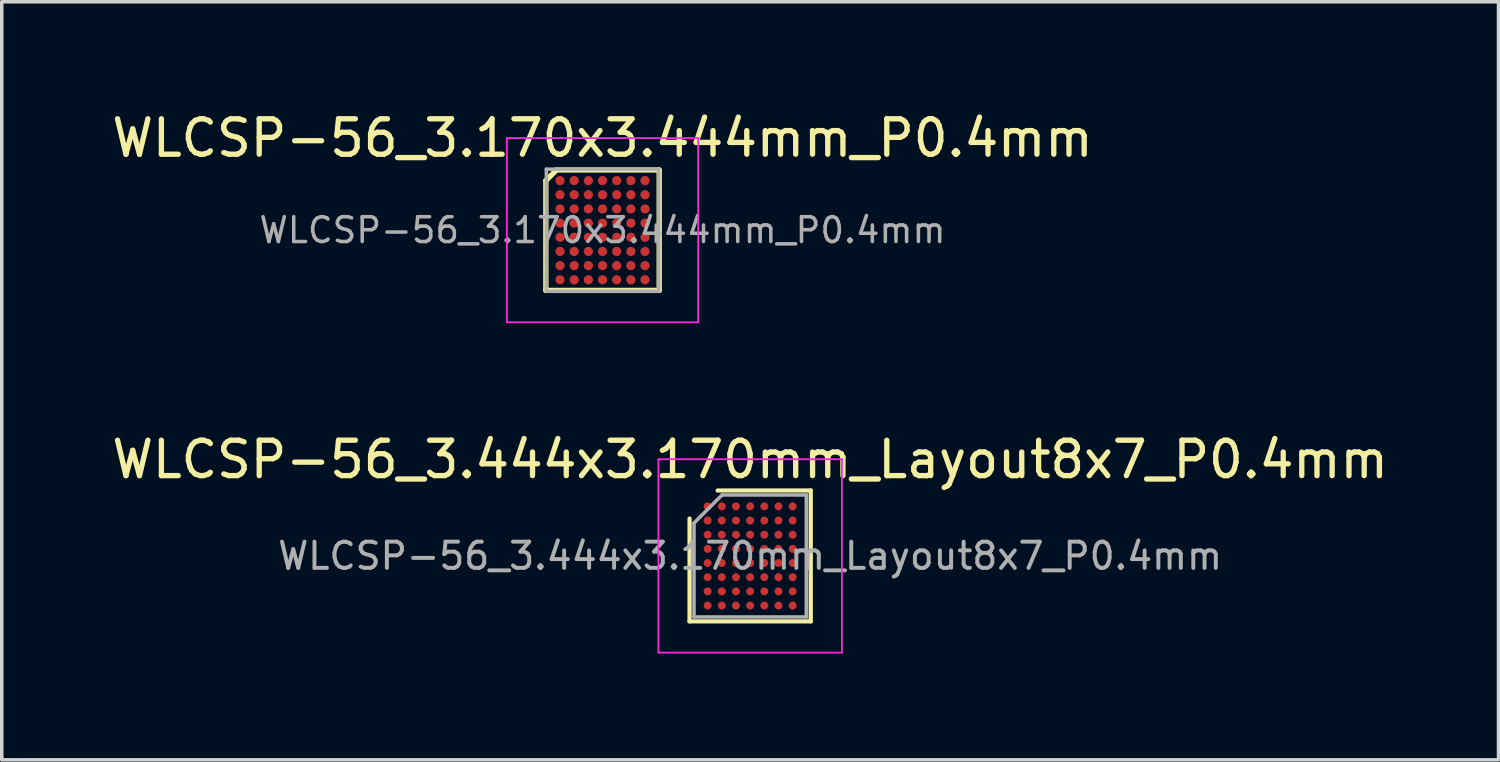
<source format=kicad_pcb>
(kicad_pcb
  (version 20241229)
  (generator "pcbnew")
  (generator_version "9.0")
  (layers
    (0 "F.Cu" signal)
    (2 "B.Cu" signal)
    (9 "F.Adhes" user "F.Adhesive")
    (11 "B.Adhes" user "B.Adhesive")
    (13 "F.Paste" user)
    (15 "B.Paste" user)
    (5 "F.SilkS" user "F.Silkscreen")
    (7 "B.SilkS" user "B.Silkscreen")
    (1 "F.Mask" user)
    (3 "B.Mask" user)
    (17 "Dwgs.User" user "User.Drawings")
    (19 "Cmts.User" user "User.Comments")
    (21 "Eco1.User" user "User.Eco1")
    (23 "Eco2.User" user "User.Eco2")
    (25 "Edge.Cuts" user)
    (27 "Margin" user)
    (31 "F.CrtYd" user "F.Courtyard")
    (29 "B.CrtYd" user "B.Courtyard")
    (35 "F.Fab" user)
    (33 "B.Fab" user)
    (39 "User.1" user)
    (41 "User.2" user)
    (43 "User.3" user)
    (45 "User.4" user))
  (footprint "WLCSP-56_3.170x3.444mm_P0.4mm"
    (layer "F.Cu")
    (at 13.958 3.448)
    (property "Reference" "WLCSP-56_3.170x3.444mm_P0.4mm" (at 0 -2.6 0) (layer "F.SilkS") (effects (font (size 1 1) (thickness 0.15))))
    (attr smd)
    (fp_line (start -1.6 -1.4) (end -1.6 1.7) (stroke (width 0.15) (type solid)) (layer "F.SilkS"))
    (fp_line (start -1.6 1.7) (end 1.6 1.7) (stroke (width 0.15) (type solid)) (layer "F.SilkS"))
    (fp_line (start -1.3 -1.7) (end -1.6 -1.4) (stroke (width 0.15) (type solid)) (layer "F.SilkS"))
    (fp_line (start -1.3 -1.7) (end 1.6 -1.7) (stroke (width 0.15) (type solid)) (layer "F.SilkS"))
    (fp_line (start 1.6 -1.7) (end 1.6 1.7) (stroke (width 0.15) (type solid)) (layer "F.SilkS"))
    (fp_line (start -2.7 -2.6) (end 2.7 -2.6) (stroke (width 0.05) (type solid)) (layer "F.CrtYd"))
    (fp_line (start -2.7 2.6) (end -2.7 -2.6) (stroke (width 0.05) (type solid)) (layer "F.CrtYd"))
    (fp_line (start 2.7 -2.6) (end 2.7 2.6) (stroke (width 0.05) (type solid)) (layer "F.CrtYd"))
    (fp_line (start 2.7 2.6) (end -2.7 2.6) (stroke (width 0.05) (type solid)) (layer "F.CrtYd"))
    (fp_line (start -1.585 -1.722) (end -1.585 1.722) (stroke (width 0.1) (type solid)) (layer "F.Fab"))
    (fp_line (start -1.585 1.722) (end 1.585 1.722) (stroke (width 0.1) (type solid)) (layer "F.Fab"))
    (fp_line (start 1.585 -1.722) (end -1.585 -1.722) (stroke (width 0.1) (type solid)) (layer "F.Fab"))
    (fp_line (start 1.585 -1.722) (end 1.585 1.722) (stroke (width 0.1) (type solid)) (layer "F.Fab"))
    (fp_text user "${REFERENCE}" (at 0 0 180) (layer "F.Fab") (effects (font (size 0.7 0.7) (thickness 0.1))))
    (pad "A1" smd circle (at -1.2 -1.4) (size 0.26 0.26) (layers "F.Cu" "F.Mask" "F.Paste"))
    (pad "A2" smd circle (at -0.8 -1.4) (size 0.26 0.26) (layers "F.Cu" "F.Mask" "F.Paste"))
    (pad "A3" smd circle (at -0.4 -1.4) (size 0.26 0.26) (layers "F.Cu" "F.Mask" "F.Paste"))
    (pad "A4" smd circle (at 0 -1.4) (size 0.26 0.26) (layers "F.Cu" "F.Mask" "F.Paste"))
    (pad "A5" smd circle (at 0.4 -1.4) (size 0.26 0.26) (layers "F.Cu" "F.Mask" "F.Paste"))
    (pad "A6" smd circle (at 0.8 -1.4) (size 0.26 0.26) (layers "F.Cu" "F.Mask" "F.Paste"))
    (pad "A7" smd circle (at 1.2 -1.4) (size 0.26 0.26) (layers "F.Cu" "F.Mask" "F.Paste"))
    (pad "B1" smd circle (at -1.2 -1) (size 0.26 0.26) (layers "F.Cu" "F.Mask" "F.Paste"))
    (pad "B2" smd circle (at -0.8 -1) (size 0.26 0.26) (layers "F.Cu" "F.Mask" "F.Paste"))
    (pad "B3" smd circle (at -0.4 -1) (size 0.26 0.26) (layers "F.Cu" "F.Mask" "F.Paste"))
    (pad "B4" smd circle (at 0 -1) (size 0.26 0.26) (layers "F.Cu" "F.Mask" "F.Paste"))
    (pad "B5" smd circle (at 0.4 -1) (size 0.26 0.26) (layers "F.Cu" "F.Mask" "F.Paste"))
    (pad "B6" smd circle (at 0.8 -1) (size 0.26 0.26) (layers "F.Cu" "F.Mask" "F.Paste"))
    (pad "B7" smd circle (at 1.2 -1) (size 0.26 0.26) (layers "F.Cu" "F.Mask" "F.Paste"))
    (pad "C1" smd circle (at -1.2 -0.6) (size 0.26 0.26) (layers "F.Cu" "F.Mask" "F.Paste"))
    (pad "C2" smd circle (at -0.8 -0.6) (size 0.26 0.26) (layers "F.Cu" "F.Mask" "F.Paste"))
    (pad "C3" smd circle (at -0.4 -0.6) (size 0.26 0.26) (layers "F.Cu" "F.Mask" "F.Paste"))
    (pad "C4" smd circle (at 0 -0.6) (size 0.26 0.26) (layers "F.Cu" "F.Mask" "F.Paste"))
    (pad "C5" smd circle (at 0.4 -0.6) (size 0.26 0.26) (layers "F.Cu" "F.Mask" "F.Paste"))
    (pad "C6" smd circle (at 0.8 -0.6) (size 0.26 0.26) (layers "F.Cu" "F.Mask" "F.Paste"))
    (pad "C7" smd circle (at 1.2 -0.6) (size 0.26 0.26) (layers "F.Cu" "F.Mask" "F.Paste"))
    (pad "D1" smd circle (at -1.2 -0.2) (size 0.26 0.26) (layers "F.Cu" "F.Mask" "F.Paste"))
    (pad "D2" smd circle (at -0.8 -0.2) (size 0.26 0.26) (layers "F.Cu" "F.Mask" "F.Paste"))
    (pad "D3" smd circle (at -0.4 -0.2) (size 0.26 0.26) (layers "F.Cu" "F.Mask" "F.Paste"))
    (pad "D4" smd circle (at 0 -0.2) (size 0.26 0.26) (layers "F.Cu" "F.Mask" "F.Paste"))
    (pad "D5" smd circle (at 0.4 -0.2) (size 0.26 0.26) (layers "F.Cu" "F.Mask" "F.Paste"))
    (pad "D6" smd circle (at 0.8 -0.2) (size 0.26 0.26) (layers "F.Cu" "F.Mask" "F.Paste"))
    (pad "D7" smd circle (at 1.2 -0.2) (size 0.26 0.26) (layers "F.Cu" "F.Mask" "F.Paste"))
    (pad "E1" smd circle (at -1.2 0.2) (size 0.26 0.26) (layers "F.Cu" "F.Mask" "F.Paste"))
    (pad "E2" smd circle (at -0.8 0.2) (size 0.26 0.26) (layers "F.Cu" "F.Mask" "F.Paste"))
    (pad "E3" smd circle (at -0.4 0.2) (size 0.26 0.26) (layers "F.Cu" "F.Mask" "F.Paste"))
    (pad "E4" smd circle (at 0 0.2) (size 0.26 0.26) (layers "F.Cu" "F.Mask" "F.Paste"))
    (pad "E5" smd circle (at 0.4 0.2) (size 0.26 0.26) (layers "F.Cu" "F.Mask" "F.Paste"))
    (pad "E6" smd circle (at 0.8 0.2) (size 0.26 0.26) (layers "F.Cu" "F.Mask" "F.Paste"))
    (pad "E7" smd circle (at 1.2 0.2) (size 0.26 0.26) (layers "F.Cu" "F.Mask" "F.Paste"))
    (pad "F1" smd circle (at -1.2 0.6) (size 0.26 0.26) (layers "F.Cu" "F.Mask" "F.Paste"))
    (pad "F2" smd circle (at -0.8 0.6) (size 0.26 0.26) (layers "F.Cu" "F.Mask" "F.Paste"))
    (pad "F3" smd circle (at -0.4 0.6) (size 0.26 0.26) (layers "F.Cu" "F.Mask" "F.Paste"))
    (pad "F4" smd circle (at 0 0.6) (size 0.26 0.26) (layers "F.Cu" "F.Mask" "F.Paste"))
    (pad "F5" smd circle (at 0.4 0.6) (size 0.26 0.26) (layers "F.Cu" "F.Mask" "F.Paste"))
    (pad "F6" smd circle (at 0.8 0.6) (size 0.26 0.26) (layers "F.Cu" "F.Mask" "F.Paste"))
    (pad "F7" smd circle (at 1.2 0.6) (size 0.26 0.26) (layers "F.Cu" "F.Mask" "F.Paste"))
    (pad "G1" smd circle (at -1.2 1) (size 0.26 0.26) (layers "F.Cu" "F.Mask" "F.Paste"))
    (pad "G2" smd circle (at -0.8 1) (size 0.26 0.26) (layers "F.Cu" "F.Mask" "F.Paste"))
    (pad "G3" smd circle (at -0.4 1) (size 0.26 0.26) (layers "F.Cu" "F.Mask" "F.Paste"))
    (pad "G4" smd circle (at 0 1) (size 0.26 0.26) (layers "F.Cu" "F.Mask" "F.Paste"))
    (pad "G5" smd circle (at 0.4 1) (size 0.26 0.26) (layers "F.Cu" "F.Mask" "F.Paste"))
    (pad "G6" smd circle (at 0.8 1) (size 0.26 0.26) (layers "F.Cu" "F.Mask" "F.Paste"))
    (pad "G7" smd circle (at 1.2 1) (size 0.26 0.26) (layers "F.Cu" "F.Mask" "F.Paste"))
    (pad "H1" smd circle (at -1.2 1.4) (size 0.26 0.26) (layers "F.Cu" "F.Mask" "F.Paste"))
    (pad "H2" smd circle (at -0.8 1.4) (size 0.26 0.26) (layers "F.Cu" "F.Mask" "F.Paste"))
    (pad "H3" smd circle (at -0.4 1.4) (size 0.26 0.26) (layers "F.Cu" "F.Mask" "F.Paste"))
    (pad "H4" smd circle (at 0 1.4) (size 0.26 0.26) (layers "F.Cu" "F.Mask" "F.Paste"))
    (pad "H5" smd circle (at 0.4 1.4) (size 0.26 0.26) (layers "F.Cu" "F.Mask" "F.Paste"))
    (pad "H6" smd circle (at 0.8 1.4) (size 0.26 0.26) (layers "F.Cu" "F.Mask" "F.Paste"))
    (pad "H7" smd circle (at 1.2 1.4) (size 0.26 0.26) (layers "F.Cu" "F.Mask" "F.Paste")))
  (footprint "WLCSP-56_3.444x3.170mm_Layout8x7_P0.4mm"
    (layer "F.Cu")
    (at 18.125 12.643)
    (property "Reference" "WLCSP-56_3.444x3.170mm_Layout8x7_P0.4mm" (at 0 -2.722 0) (layer "F.SilkS") (effects (font (size 1 1) (thickness 0.15))))
    (attr smd)
    (fp_line (start -1.71 1.847) (end -1.71 -1.054) (stroke (width 0.12) (type solid)) (layer "F.SilkS"))
    (fp_line (start -0.917 -1.847) (end 1.71 -1.847) (stroke (width 0.12) (type solid)) (layer "F.SilkS"))
    (fp_line (start 1.71 -1.847) (end 1.71 1.847) (stroke (width 0.12) (type solid)) (layer "F.SilkS"))
    (fp_line (start 1.71 1.847) (end -1.71 1.847) (stroke (width 0.12) (type solid)) (layer "F.SilkS"))
    (fp_line (start -2.59 -2.73) (end -2.59 2.73) (stroke (width 0.05) (type solid)) (layer "F.CrtYd"))
    (fp_line (start -2.59 2.73) (end 2.59 2.73) (stroke (width 0.05) (type solid)) (layer "F.CrtYd"))
    (fp_line (start 2.59 -2.73) (end -2.59 -2.73) (stroke (width 0.05) (type solid)) (layer "F.CrtYd"))
    (fp_line (start 2.59 2.73) (end 2.59 -2.73) (stroke (width 0.05) (type solid)) (layer "F.CrtYd"))
    (fp_line (start -1.585 -0.929) (end -0.792 -1.722) (stroke (width 0.1) (type solid)) (layer "F.Fab"))
    (fp_line (start -1.585 1.722) (end -1.585 -0.929) (stroke (width 0.1) (type solid)) (layer "F.Fab"))
    (fp_line (start -0.792 -1.722) (end 1.585 -1.722) (stroke (width 0.1) (type solid)) (layer "F.Fab"))
    (fp_line (start 1.585 -1.722) (end 1.585 1.722) (stroke (width 0.1) (type solid)) (layer "F.Fab"))
    (fp_line (start 1.585 1.722) (end -1.585 1.722) (stroke (width 0.1) (type solid)) (layer "F.Fab"))
    (fp_text user "${REFERENCE}" (at 0 0 0) (layer "F.Fab") (effects (font (size 0.74 0.74) (thickness 0.111))))
    (pad "A1" smd circle (at -1.2 -1.4) (size 0.225 0.225) (layers "F.Cu" "F.Mask" "F.Paste"))
    (pad "A2" smd circle (at -0.8 -1.4) (size 0.225 0.225) (layers "F.Cu" "F.Mask" "F.Paste"))
    (pad "A3" smd circle (at -0.4 -1.4) (size 0.225 0.225) (layers "F.Cu" "F.Mask" "F.Paste"))
    (pad "A4" smd circle (at 0 -1.4) (size 0.225 0.225) (layers "F.Cu" "F.Mask" "F.Paste"))
    (pad "A5" smd circle (at 0.4 -1.4) (size 0.225 0.225) (layers "F.Cu" "F.Mask" "F.Paste"))
    (pad "A6" smd circle (at 0.8 -1.4) (size 0.225 0.225) (layers "F.Cu" "F.Mask" "F.Paste"))
    (pad "A7" smd circle (at 1.2 -1.4) (size 0.225 0.225) (layers "F.Cu" "F.Mask" "F.Paste"))
    (pad "B1" smd circle (at -1.2 -1) (size 0.225 0.225) (layers "F.Cu" "F.Mask" "F.Paste"))
    (pad "B2" smd circle (at -0.8 -1) (size 0.225 0.225) (layers "F.Cu" "F.Mask" "F.Paste"))
    (pad "B3" smd circle (at -0.4 -1) (size 0.225 0.225) (layers "F.Cu" "F.Mask" "F.Paste"))
    (pad "B4" smd circle (at 0 -1) (size 0.225 0.225) (layers "F.Cu" "F.Mask" "F.Paste"))
    (pad "B5" smd circle (at 0.4 -1) (size 0.225 0.225) (layers "F.Cu" "F.Mask" "F.Paste"))
    (pad "B6" smd circle (at 0.8 -1) (size 0.225 0.225) (layers "F.Cu" "F.Mask" "F.Paste"))
    (pad "B7" smd circle (at 1.2 -1) (size 0.225 0.225) (layers "F.Cu" "F.Mask" "F.Paste"))
    (pad "C1" smd circle (at -1.2 -0.6) (size 0.225 0.225) (layers "F.Cu" "F.Mask" "F.Paste"))
    (pad "C2" smd circle (at -0.8 -0.6) (size 0.225 0.225) (layers "F.Cu" "F.Mask" "F.Paste"))
    (pad "C3" smd circle (at -0.4 -0.6) (size 0.225 0.225) (layers "F.Cu" "F.Mask" "F.Paste"))
    (pad "C4" smd circle (at 0 -0.6) (size 0.225 0.225) (layers "F.Cu" "F.Mask" "F.Paste"))
    (pad "C5" smd circle (at 0.4 -0.6) (size 0.225 0.225) (layers "F.Cu" "F.Mask" "F.Paste"))
    (pad "C6" smd circle (at 0.8 -0.6) (size 0.225 0.225) (layers "F.Cu" "F.Mask" "F.Paste"))
    (pad "C7" smd circle (at 1.2 -0.6) (size 0.225 0.225) (layers "F.Cu" "F.Mask" "F.Paste"))
    (pad "D1" smd circle (at -1.2 -0.2) (size 0.225 0.225) (layers "F.Cu" "F.Mask" "F.Paste"))
    (pad "D2" smd circle (at -0.8 -0.2) (size 0.225 0.225) (layers "F.Cu" "F.Mask" "F.Paste"))
    (pad "D3" smd circle (at -0.4 -0.2) (size 0.225 0.225) (layers "F.Cu" "F.Mask" "F.Paste"))
    (pad "D4" smd circle (at 0 -0.2) (size 0.225 0.225) (layers "F.Cu" "F.Mask" "F.Paste"))
    (pad "D5" smd circle (at 0.4 -0.2) (size 0.225 0.225) (layers "F.Cu" "F.Mask" "F.Paste"))
    (pad "D6" smd circle (at 0.8 -0.2) (size 0.225 0.225) (layers "F.Cu" "F.Mask" "F.Paste"))
    (pad "D7" smd circle (at 1.2 -0.2) (size 0.225 0.225) (layers "F.Cu" "F.Mask" "F.Paste"))
    (pad "E1" smd circle (at -1.2 0.2) (size 0.225 0.225) (layers "F.Cu" "F.Mask" "F.Paste"))
    (pad "E2" smd circle (at -0.8 0.2) (size 0.225 0.225) (layers "F.Cu" "F.Mask" "F.Paste"))
    (pad "E3" smd circle (at -0.4 0.2) (size 0.225 0.225) (layers "F.Cu" "F.Mask" "F.Paste"))
    (pad "E4" smd circle (at 0 0.2) (size 0.225 0.225) (layers "F.Cu" "F.Mask" "F.Paste"))
    (pad "E5" smd circle (at 0.4 0.2) (size 0.225 0.225) (layers "F.Cu" "F.Mask" "F.Paste"))
    (pad "E6" smd circle (at 0.8 0.2) (size 0.225 0.225) (layers "F.Cu" "F.Mask" "F.Paste"))
    (pad "E7" smd circle (at 1.2 0.2) (size 0.225 0.225) (layers "F.Cu" "F.Mask" "F.Paste"))
    (pad "F1" smd circle (at -1.2 0.6) (size 0.225 0.225) (layers "F.Cu" "F.Mask" "F.Paste"))
    (pad "F2" smd circle (at -0.8 0.6) (size 0.225 0.225) (layers "F.Cu" "F.Mask" "F.Paste"))
    (pad "F3" smd circle (at -0.4 0.6) (size 0.225 0.225) (layers "F.Cu" "F.Mask" "F.Paste"))
    (pad "F4" smd circle (at 0 0.6) (size 0.225 0.225) (layers "F.Cu" "F.Mask" "F.Paste"))
    (pad "F5" smd circle (at 0.4 0.6) (size 0.225 0.225) (layers "F.Cu" "F.Mask" "F.Paste"))
    (pad "F6" smd circle (at 0.8 0.6) (size 0.225 0.225) (layers "F.Cu" "F.Mask" "F.Paste"))
    (pad "F7" smd circle (at 1.2 0.6) (size 0.225 0.225) (layers "F.Cu" "F.Mask" "F.Paste"))
    (pad "G1" smd circle (at -1.2 1) (size 0.225 0.225) (layers "F.Cu" "F.Mask" "F.Paste"))
    (pad "G2" smd circle (at -0.8 1) (size 0.225 0.225) (layers "F.Cu" "F.Mask" "F.Paste"))
    (pad "G3" smd circle (at -0.4 1) (size 0.225 0.225) (layers "F.Cu" "F.Mask" "F.Paste"))
    (pad "G4" smd circle (at 0 1) (size 0.225 0.225) (layers "F.Cu" "F.Mask" "F.Paste"))
    (pad "G5" smd circle (at 0.4 1) (size 0.225 0.225) (layers "F.Cu" "F.Mask" "F.Paste"))
    (pad "G6" smd circle (at 0.8 1) (size 0.225 0.225) (layers "F.Cu" "F.Mask" "F.Paste"))
    (pad "G7" smd circle (at 1.2 1) (size 0.225 0.225) (layers "F.Cu" "F.Mask" "F.Paste"))
    (pad "H1" smd circle (at -1.2 1.4) (size 0.225 0.225) (layers "F.Cu" "F.Mask" "F.Paste"))
    (pad "H2" smd circle (at -0.8 1.4) (size 0.225 0.225) (layers "F.Cu" "F.Mask" "F.Paste"))
    (pad "H3" smd circle (at -0.4 1.4) (size 0.225 0.225) (layers "F.Cu" "F.Mask" "F.Paste"))
    (pad "H4" smd circle (at 0 1.4) (size 0.225 0.225) (layers "F.Cu" "F.Mask" "F.Paste"))
    (pad "H5" smd circle (at 0.4 1.4) (size 0.225 0.225) (layers "F.Cu" "F.Mask" "F.Paste"))
    (pad "H6" smd circle (at 0.8 1.4) (size 0.225 0.225) (layers "F.Cu" "F.Mask" "F.Paste"))
    (pad "H7" smd circle (at 1.2 1.4) (size 0.225 0.225) (layers "F.Cu" "F.Mask" "F.Paste")))
  (gr_rect
    (start -3 -3)
    (end 39.25 18.398)
    (stroke (width 0.1) (type default))
    (fill no)
    (layer "Edge.Cuts")))
</source>
